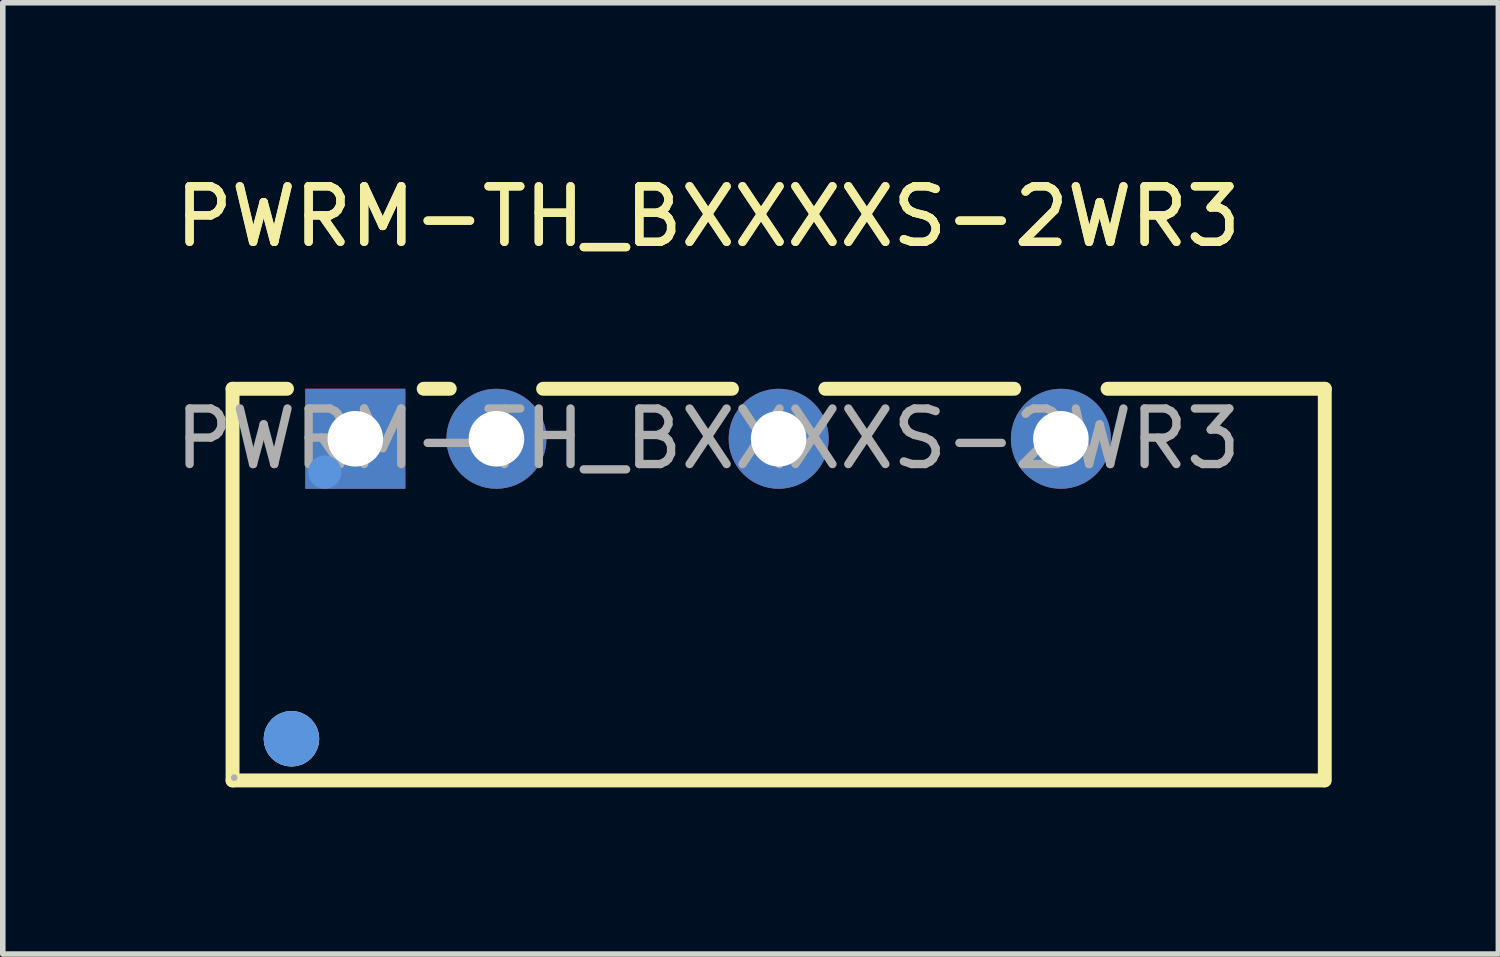
<source format=kicad_pcb>
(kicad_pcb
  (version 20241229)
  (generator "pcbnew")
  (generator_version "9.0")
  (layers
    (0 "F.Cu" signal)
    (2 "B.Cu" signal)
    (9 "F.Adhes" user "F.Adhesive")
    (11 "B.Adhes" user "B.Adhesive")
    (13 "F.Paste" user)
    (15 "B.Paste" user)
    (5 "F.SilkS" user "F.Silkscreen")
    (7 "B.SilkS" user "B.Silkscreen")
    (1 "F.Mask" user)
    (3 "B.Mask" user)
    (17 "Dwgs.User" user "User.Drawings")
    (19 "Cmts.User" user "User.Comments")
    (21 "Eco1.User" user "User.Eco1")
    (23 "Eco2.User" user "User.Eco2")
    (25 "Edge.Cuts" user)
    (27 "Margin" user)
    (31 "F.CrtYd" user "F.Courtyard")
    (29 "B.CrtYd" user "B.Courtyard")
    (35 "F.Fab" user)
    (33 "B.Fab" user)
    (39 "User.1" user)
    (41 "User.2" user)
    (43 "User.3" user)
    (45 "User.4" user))
  (footprint "PWRM-TH_BXXXXS-2WR3"
    (layer "F.Cu")
    (at 9.696 4.848)
    (property "Reference" "PWRM-TH_BXXXXS-2WR3" (at 0 -4 0) (layer "F.SilkS") (effects (font (size 1 1) (thickness 0.15))))
    (attr through_hole)
    (fp_line (start -8.56 -0.9) (end -8.56 6.15) (stroke (width 0.25) (type solid)) (layer "F.SilkS"))
    (fp_line (start -8.56 -0.9) (end -7.58 -0.9) (stroke (width 0.25) (type solid)) (layer "F.SilkS"))
    (fp_line (start -8.56 6.15) (end 11.09 6.15) (stroke (width 0.25) (type solid)) (layer "F.SilkS"))
    (fp_line (start -5.12 -0.9) (end -4.65 -0.9) (stroke (width 0.25) (type solid)) (layer "F.SilkS"))
    (fp_line (start -2.97 -0.9) (end 0.43 -0.9) (stroke (width 0.25) (type solid)) (layer "F.SilkS"))
    (fp_line (start 2.11 -0.9) (end 5.51 -0.9) (stroke (width 0.25) (type solid)) (layer "F.SilkS"))
    (fp_line (start 7.19 -0.9) (end 11.1 -0.9) (stroke (width 0.25) (type solid)) (layer "F.SilkS"))
    (fp_line (start 11.1 6.15) (end 11.1 -0.9) (stroke (width 0.25) (type solid)) (layer "F.SilkS"))
    (fp_circle (center -7.5 5.4) (end -7.25 5.4) (stroke (width 0.5) (type solid)) (fill no) (layer "F.SilkS"))
    (fp_circle (center -7.5 5.4) (end -7.25 5.4) (stroke (width 0.5) (type solid)) (fill no) (layer "Cmts.User"))
    (fp_circle (center -6.9 0.6) (end -6.75 0.6) (stroke (width 0.3) (type solid)) (fill no) (layer "Cmts.User"))
    (fp_circle (center -8.53 6.1) (end -8.5 6.1) (stroke (width 0.06) (type solid)) (fill no) (layer "F.Fab"))
    (fp_text user "${REFERENCE}" (at 0 -4 0) (layer "F.SilkS") (effects (font (size 1 1) (thickness 0.15))))
    (fp_text user "${REFERENCE}" (at 0 0 0) (layer "F.Fab") (effects (font (size 1 1) (thickness 0.15))))
    (pad "1" thru_hole rect (at -6.35 0) (size 1.8 1.8) (drill 1) (layers "*.Cu" "*.Mask"))
    (pad "2" thru_hole circle (at -3.81 0) (size 1.8 1.8) (drill 1) (layers "*.Cu" "*.Mask"))
    (pad "4" thru_hole circle (at 1.27 0) (size 1.8 1.8) (drill 1) (layers "*.Cu" "*.Mask"))
    (pad "6" thru_hole circle (at 6.35 0) (size 1.8 1.8) (drill 1) (layers "*.Cu" "*.Mask")))
  (gr_rect
    (start -3 -3)
    (end 23.921 14.123)
    (stroke (width 0.1) (type default))
    (fill no)
    (layer "Edge.Cuts")))
</source>
